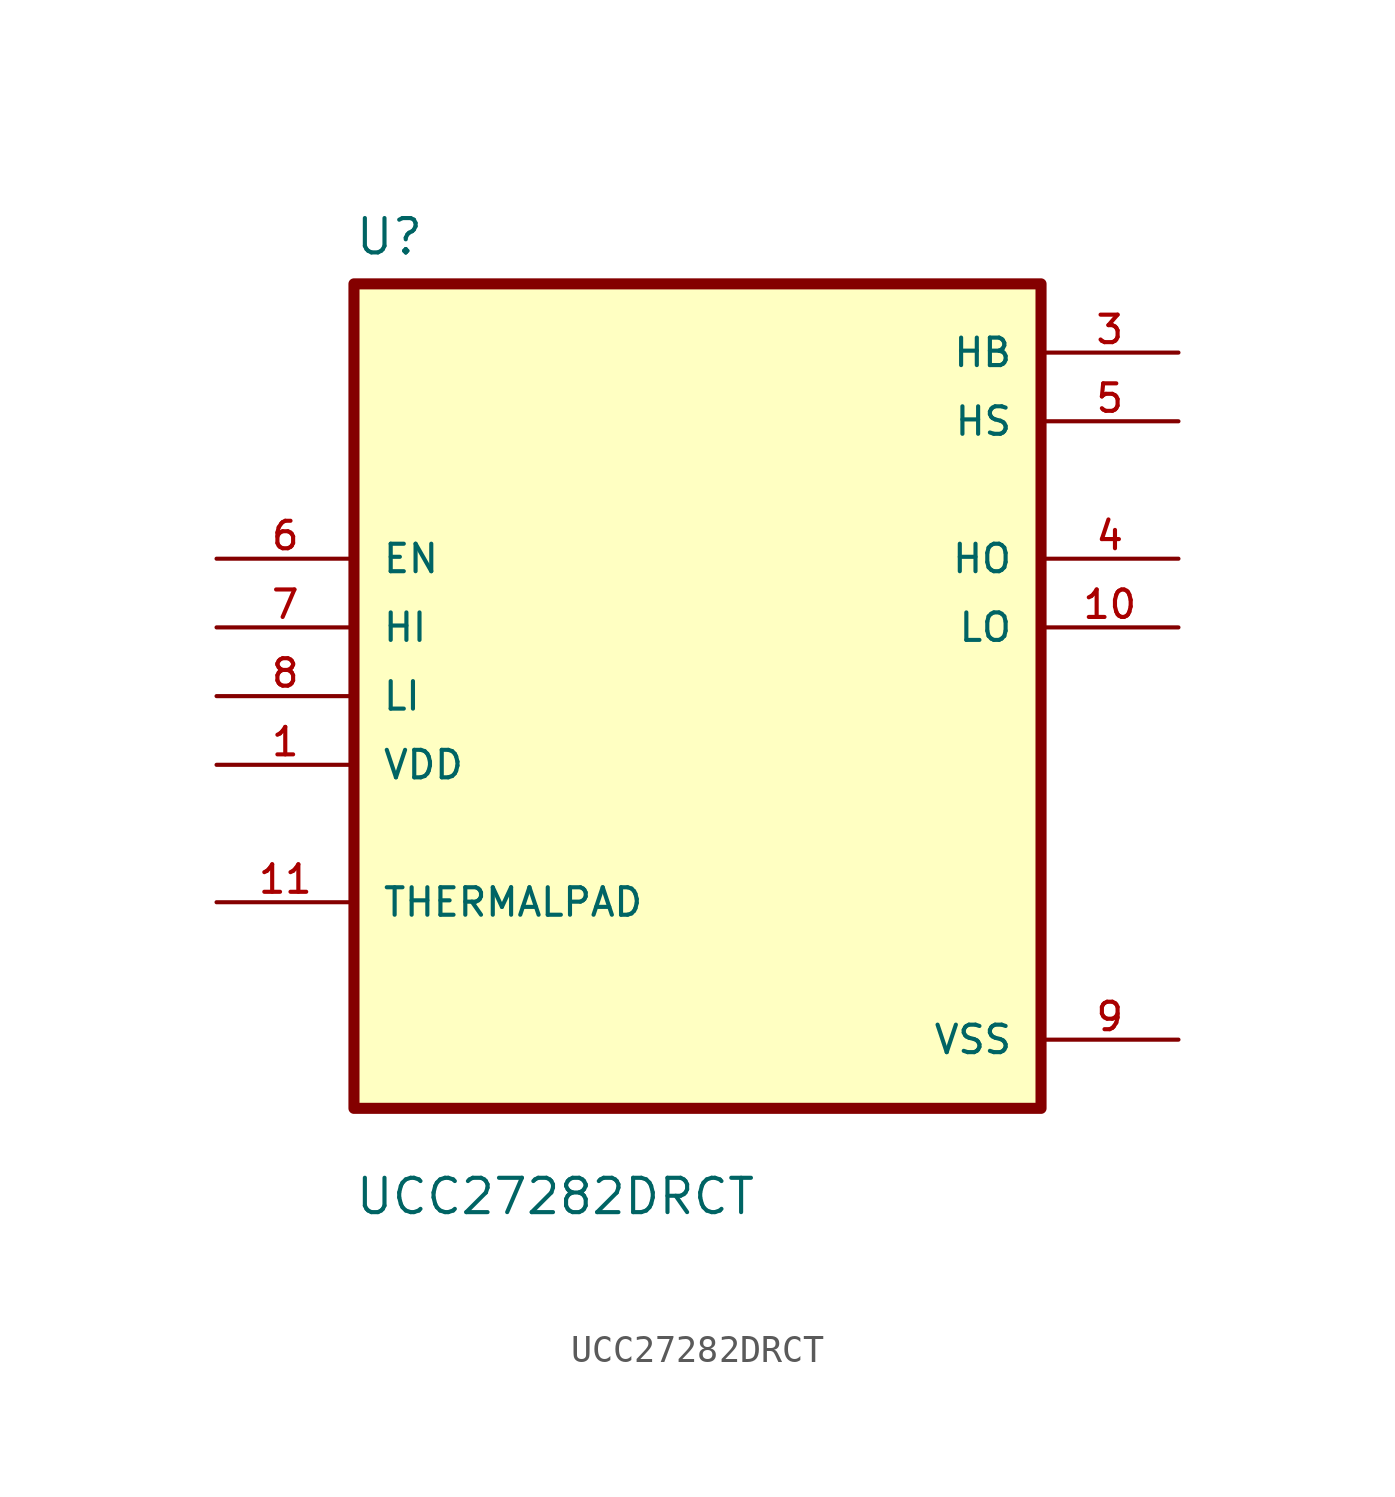
<source format=kicad_sym>
(kicad_symbol_lib
  (version 20211014)
  (generator kicad_symbol_editor)
  (symbol "UCC27282DRCT"
    (pin_names
      (offset 1.016))
    (property "Reference" "U"
      (at -12.7 16.24 0.0)
      (effects (font (size 1.27 1.27)) (justify bottom left)))
    (property "Value" "UCC27282DRCT"
      (at -12.7 -19.24 0.0)
      (effects (font (size 1.27 1.27)) (justify bottom left)))
    (symbol "UCC27282DRCT_0_0"
      (rectangle (start -12.7 -15.24) (end 12.7 15.24) (stroke (width 0.41)) (fill (type background)))
      (pin input line (at -17.78 5.08 0) (length 5.08) (name "EN" (effects (font (size 1.016 1.016)))) (number "6" (effects (font (size 1.016 1.016)))))
      (pin input line (at -17.78 2.54 0) (length 5.08) (name "HI" (effects (font (size 1.016 1.016)))) (number "7" (effects (font (size 1.016 1.016)))))
      (pin input line (at -17.78 0.0 0) (length 5.08) (name "LI" (effects (font (size 1.016 1.016)))) (number "8" (effects (font (size 1.016 1.016)))))
      (pin input line (at -17.78 -2.54 0) (length 5.08) (name "VDD" (effects (font (size 1.016 1.016)))) (number "1" (effects (font (size 1.016 1.016)))))
      (pin bidirectional line (at -17.78 -7.62 0) (length 5.08) (name "THERMALPAD" (effects (font (size 1.016 1.016)))) (number "11" (effects (font (size 1.016 1.016)))))
      (pin power_in line (at 17.78 12.7 180.0) (length 5.08) (name "HB" (effects (font (size 1.016 1.016)))) (number "3" (effects (font (size 1.016 1.016)))))
      (pin power_in line (at 17.78 10.16 180.0) (length 5.08) (name "HS" (effects (font (size 1.016 1.016)))) (number "5" (effects (font (size 1.016 1.016)))))
      (pin output line (at 17.78 5.08 180.0) (length 5.08) (name "HO" (effects (font (size 1.016 1.016)))) (number "4" (effects (font (size 1.016 1.016)))))
      (pin output line (at 17.78 2.54 180.0) (length 5.08) (name "LO" (effects (font (size 1.016 1.016)))) (number "10" (effects (font (size 1.016 1.016)))))
      (pin power_in line (at 17.78 -12.7 180.0) (length 5.08) (name "VSS" (effects (font (size 1.016 1.016)))) (number "9" (effects (font (size 1.016 1.016))))))))
</source>
